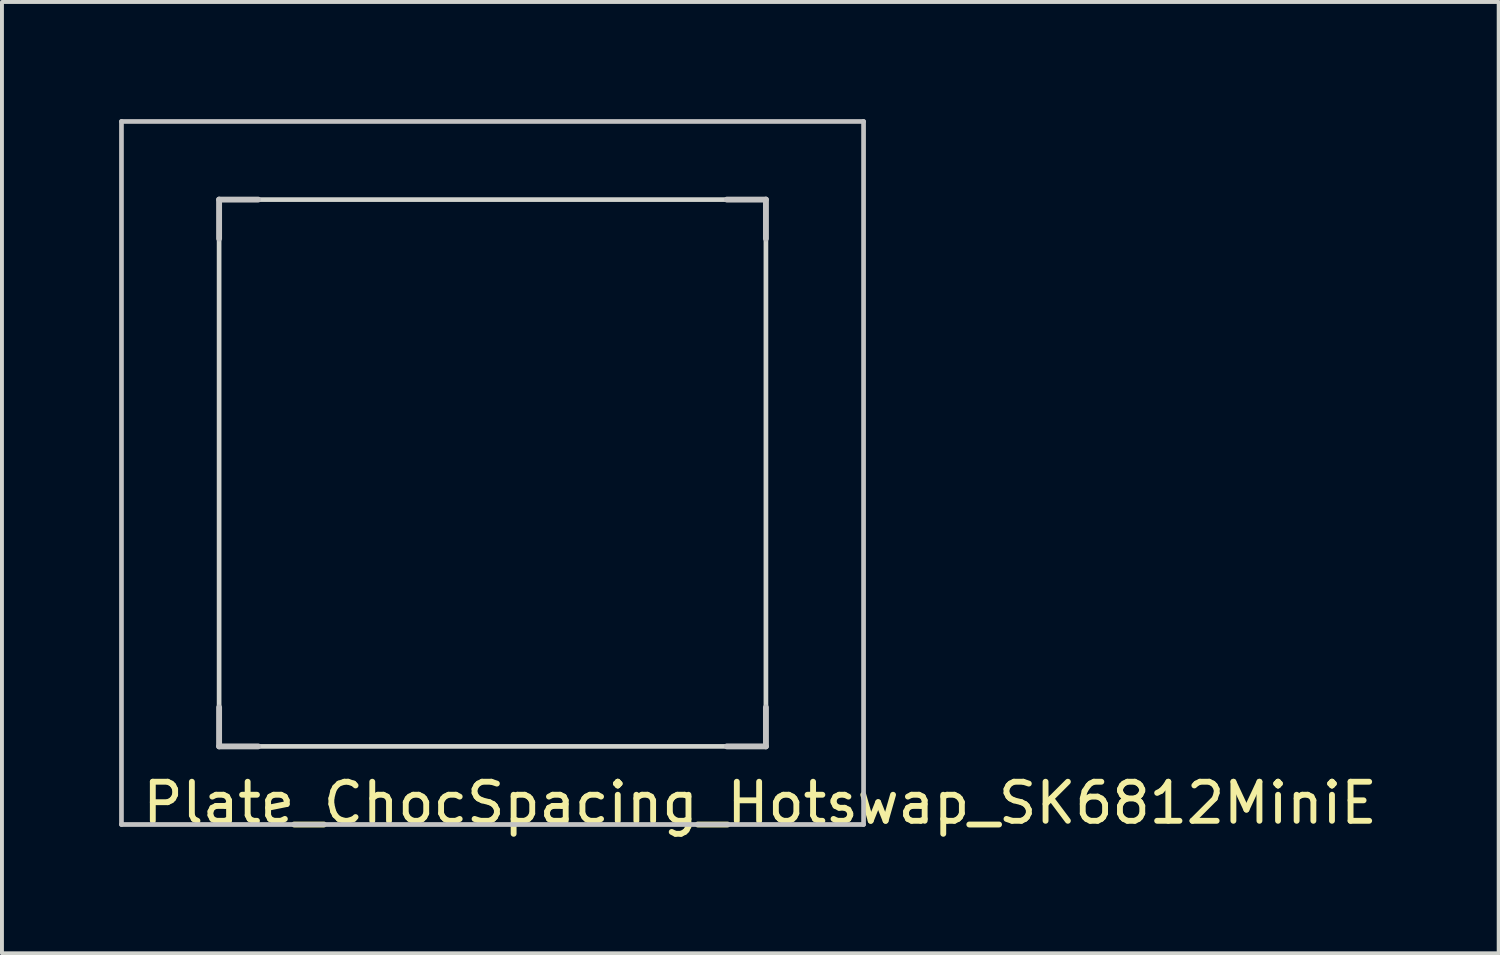
<source format=kicad_pcb>
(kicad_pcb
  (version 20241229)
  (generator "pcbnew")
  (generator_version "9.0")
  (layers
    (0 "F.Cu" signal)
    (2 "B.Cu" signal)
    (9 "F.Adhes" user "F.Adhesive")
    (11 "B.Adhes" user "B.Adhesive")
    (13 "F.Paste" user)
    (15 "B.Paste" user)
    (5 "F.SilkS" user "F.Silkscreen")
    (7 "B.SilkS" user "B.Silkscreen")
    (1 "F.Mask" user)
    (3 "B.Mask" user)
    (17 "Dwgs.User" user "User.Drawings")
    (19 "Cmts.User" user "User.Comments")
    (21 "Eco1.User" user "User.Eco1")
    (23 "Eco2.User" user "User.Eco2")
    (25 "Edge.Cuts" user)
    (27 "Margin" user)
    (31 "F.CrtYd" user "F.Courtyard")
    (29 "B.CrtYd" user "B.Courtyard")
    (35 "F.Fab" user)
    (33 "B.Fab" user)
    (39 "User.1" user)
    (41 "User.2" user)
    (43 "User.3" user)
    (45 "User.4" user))
  (footprint "Plate_ChocSpacing_Hotswap_SK6812MiniE"
    (layer "F.Cu")
    (at 9.56 9.06)
    (property "Reference" "Plate_ChocSpacing_Hotswap_SK6812MiniE" (at 6.85 8.45 180) (layer "F.SilkS") (effects (font (size 1 1) (thickness 0.15))))
    (attr through_hole)
    (fp_line (start -9.5 -9) (end 9.5 -9) (stroke (width 0.12) (type solid)) (layer "Dwgs.User"))
    (fp_line (start -9.5 9) (end -9.5 -9) (stroke (width 0.12) (type solid)) (layer "Dwgs.User"))
    (fp_line (start -7 -7) (end -7 -6) (stroke (width 0.15) (type solid)) (layer "Dwgs.User"))
    (fp_line (start -7 6) (end -7 7) (stroke (width 0.15) (type solid)) (layer "Dwgs.User"))
    (fp_line (start -7 7) (end -6 7) (stroke (width 0.15) (type solid)) (layer "Dwgs.User"))
    (fp_line (start -6 -7) (end -7 -7) (stroke (width 0.15) (type solid)) (layer "Dwgs.User"))
    (fp_line (start 6 -7) (end 7 -7) (stroke (width 0.15) (type solid)) (layer "Dwgs.User"))
    (fp_line (start 7 -7) (end 7 -6) (stroke (width 0.15) (type solid)) (layer "Dwgs.User"))
    (fp_line (start 7 6) (end 7 7) (stroke (width 0.15) (type solid)) (layer "Dwgs.User"))
    (fp_line (start 7 7) (end 6 7) (stroke (width 0.15) (type solid)) (layer "Dwgs.User"))
    (fp_line (start 9.5 -9) (end 9.5 9) (stroke (width 0.12) (type solid)) (layer "Dwgs.User"))
    (fp_line (start 9.5 9) (end -9.5 9) (stroke (width 0.12) (type solid)) (layer "Dwgs.User"))
    (fp_line (start -7 -7) (end -7 7) (stroke (width 0.12) (type solid)) (layer "Edge.Cuts"))
    (fp_line (start -7 -7) (end 7 -7) (stroke (width 0.12) (type solid)) (layer "Edge.Cuts"))
    (fp_line (start -7 7) (end 7 7) (stroke (width 0.12) (type solid)) (layer "Edge.Cuts"))
    (fp_line (start 7 7) (end 7 -7) (stroke (width 0.12) (type solid)) (layer "Edge.Cuts")))
  (gr_rect
    (start -3 -3)
    (end 35.321 21.358)
    (stroke (width 0.1) (type default))
    (fill no)
    (layer "Edge.Cuts")))
</source>
